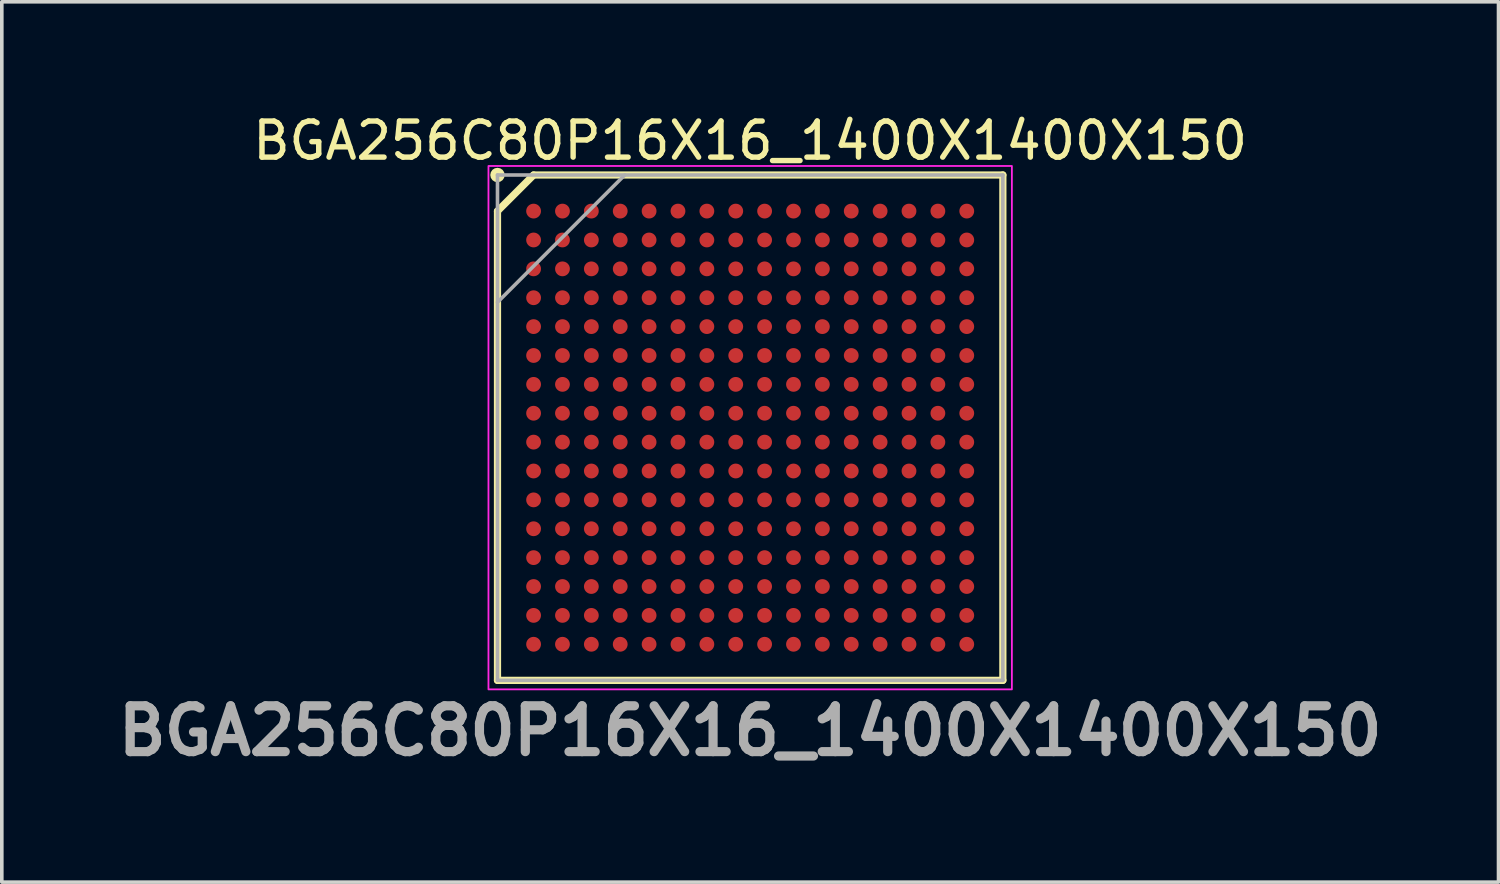
<source format=kicad_pcb>
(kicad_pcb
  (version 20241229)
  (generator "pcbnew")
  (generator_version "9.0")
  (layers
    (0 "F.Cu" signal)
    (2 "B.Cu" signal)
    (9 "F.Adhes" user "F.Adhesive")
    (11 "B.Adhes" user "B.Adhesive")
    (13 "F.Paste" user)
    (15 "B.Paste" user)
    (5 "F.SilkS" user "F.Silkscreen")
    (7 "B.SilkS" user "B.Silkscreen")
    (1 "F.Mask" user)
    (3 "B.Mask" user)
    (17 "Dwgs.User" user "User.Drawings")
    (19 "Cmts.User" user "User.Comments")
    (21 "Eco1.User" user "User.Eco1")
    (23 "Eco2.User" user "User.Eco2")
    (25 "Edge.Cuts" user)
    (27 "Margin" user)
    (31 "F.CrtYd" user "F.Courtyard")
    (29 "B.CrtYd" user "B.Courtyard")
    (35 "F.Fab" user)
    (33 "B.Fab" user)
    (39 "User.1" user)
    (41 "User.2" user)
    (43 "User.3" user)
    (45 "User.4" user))
  (footprint "BGA256C80P16X16_1400X1400X150"
    (layer "F.Cu")
    (at 17.732 8.798)
    (property "Reference" "BGA256C80P16X16_1400X1400X150" (at 0 -7.95 0) (layer "F.SilkS") (effects (font (size 1 1) (thickness 0.15))))
    (attr smd)
    (fp_line (start -7 -6) (end -6 -7) (stroke (width 0.2) (type solid)) (layer "F.SilkS"))
    (fp_line (start -7 7) (end -7 -6) (stroke (width 0.2) (type solid)) (layer "F.SilkS"))
    (fp_line (start -6 -7) (end 7 -7) (stroke (width 0.2) (type solid)) (layer "F.SilkS"))
    (fp_line (start 7 -7) (end 7 7) (stroke (width 0.2) (type solid)) (layer "F.SilkS"))
    (fp_line (start 7 7) (end -7 7) (stroke (width 0.2) (type solid)) (layer "F.SilkS"))
    (fp_circle (center -7 -7) (end -7 -6.9) (stroke (width 0.2) (type solid)) (fill no) (layer "F.SilkS"))
    (fp_rect (start -7.25 -7.25) (end 7.25 7.25) (stroke (width 0.05) (type solid)) (fill no) (layer "F.CrtYd"))
    (fp_line (start -7 -7) (end 7 -7) (stroke (width 0.1) (type solid)) (layer "F.Fab"))
    (fp_line (start -7 -3.475) (end -3.475 -7) (stroke (width 0.1) (type solid)) (layer "F.Fab"))
    (fp_line (start -7 7) (end -7 -7) (stroke (width 0.1) (type solid)) (layer "F.Fab"))
    (fp_line (start 7 -7) (end 7 7) (stroke (width 0.1) (type solid)) (layer "F.Fab"))
    (fp_line (start 7 7) (end -7 7) (stroke (width 0.1) (type solid)) (layer "F.Fab"))
    (fp_text user "${REFERENCE}" (at 0 8.4 0) (layer "F.Fab") (effects (font (size 1.27 1.27) (thickness 0.254))))
    (pad "A1" smd circle (at -6 -6 90) (size 0.41 0.41) (layers "F.Cu" "F.Mask" "F.Paste"))
    (pad "A2" smd circle (at -5.2 -6 90) (size 0.41 0.41) (layers "F.Cu" "F.Mask" "F.Paste"))
    (pad "A3" smd circle (at -4.4 -6 90) (size 0.41 0.41) (layers "F.Cu" "F.Mask" "F.Paste"))
    (pad "A4" smd circle (at -3.6 -6 90) (size 0.41 0.41) (layers "F.Cu" "F.Mask" "F.Paste"))
    (pad "A5" smd circle (at -2.8 -6 90) (size 0.41 0.41) (layers "F.Cu" "F.Mask" "F.Paste"))
    (pad "A6" smd circle (at -2 -6 90) (size 0.41 0.41) (layers "F.Cu" "F.Mask" "F.Paste"))
    (pad "A7" smd circle (at -1.2 -6 90) (size 0.41 0.41) (layers "F.Cu" "F.Mask" "F.Paste"))
    (pad "A8" smd circle (at -0.4 -6 90) (size 0.41 0.41) (layers "F.Cu" "F.Mask" "F.Paste"))
    (pad "A9" smd circle (at 0.4 -6 90) (size 0.41 0.41) (layers "F.Cu" "F.Mask" "F.Paste"))
    (pad "A10" smd circle (at 1.2 -6 90) (size 0.41 0.41) (layers "F.Cu" "F.Mask" "F.Paste"))
    (pad "A11" smd circle (at 2 -6 90) (size 0.41 0.41) (layers "F.Cu" "F.Mask" "F.Paste"))
    (pad "A12" smd circle (at 2.8 -6 90) (size 0.41 0.41) (layers "F.Cu" "F.Mask" "F.Paste"))
    (pad "A13" smd circle (at 3.6 -6 90) (size 0.41 0.41) (layers "F.Cu" "F.Mask" "F.Paste"))
    (pad "A14" smd circle (at 4.4 -6 90) (size 0.41 0.41) (layers "F.Cu" "F.Mask" "F.Paste"))
    (pad "A15" smd circle (at 5.2 -6 90) (size 0.41 0.41) (layers "F.Cu" "F.Mask" "F.Paste"))
    (pad "A16" smd circle (at 6 -6 90) (size 0.41 0.41) (layers "F.Cu" "F.Mask" "F.Paste"))
    (pad "B1" smd circle (at -6 -5.2 90) (size 0.41 0.41) (layers "F.Cu" "F.Mask" "F.Paste"))
    (pad "B2" smd circle (at -5.2 -5.2 90) (size 0.41 0.41) (layers "F.Cu" "F.Mask" "F.Paste"))
    (pad "B3" smd circle (at -4.4 -5.2 90) (size 0.41 0.41) (layers "F.Cu" "F.Mask" "F.Paste"))
    (pad "B4" smd circle (at -3.6 -5.2 90) (size 0.41 0.41) (layers "F.Cu" "F.Mask" "F.Paste"))
    (pad "B5" smd circle (at -2.8 -5.2 90) (size 0.41 0.41) (layers "F.Cu" "F.Mask" "F.Paste"))
    (pad "B6" smd circle (at -2 -5.2 90) (size 0.41 0.41) (layers "F.Cu" "F.Mask" "F.Paste"))
    (pad "B7" smd circle (at -1.2 -5.2 90) (size 0.41 0.41) (layers "F.Cu" "F.Mask" "F.Paste"))
    (pad "B8" smd circle (at -0.4 -5.2 90) (size 0.41 0.41) (layers "F.Cu" "F.Mask" "F.Paste"))
    (pad "B9" smd circle (at 0.4 -5.2 90) (size 0.41 0.41) (layers "F.Cu" "F.Mask" "F.Paste"))
    (pad "B10" smd circle (at 1.2 -5.2 90) (size 0.41 0.41) (layers "F.Cu" "F.Mask" "F.Paste"))
    (pad "B11" smd circle (at 2 -5.2 90) (size 0.41 0.41) (layers "F.Cu" "F.Mask" "F.Paste"))
    (pad "B12" smd circle (at 2.8 -5.2 90) (size 0.41 0.41) (layers "F.Cu" "F.Mask" "F.Paste"))
    (pad "B13" smd circle (at 3.6 -5.2 90) (size 0.41 0.41) (layers "F.Cu" "F.Mask" "F.Paste"))
    (pad "B14" smd circle (at 4.4 -5.2 90) (size 0.41 0.41) (layers "F.Cu" "F.Mask" "F.Paste"))
    (pad "B15" smd circle (at 5.2 -5.2 90) (size 0.41 0.41) (layers "F.Cu" "F.Mask" "F.Paste"))
    (pad "B16" smd circle (at 6 -5.2 90) (size 0.41 0.41) (layers "F.Cu" "F.Mask" "F.Paste"))
    (pad "C1" smd circle (at -6 -4.4 90) (size 0.41 0.41) (layers "F.Cu" "F.Mask" "F.Paste"))
    (pad "C2" smd circle (at -5.2 -4.4 90) (size 0.41 0.41) (layers "F.Cu" "F.Mask" "F.Paste"))
    (pad "C3" smd circle (at -4.4 -4.4 90) (size 0.41 0.41) (layers "F.Cu" "F.Mask" "F.Paste"))
    (pad "C4" smd circle (at -3.6 -4.4 90) (size 0.41 0.41) (layers "F.Cu" "F.Mask" "F.Paste"))
    (pad "C5" smd circle (at -2.8 -4.4 90) (size 0.41 0.41) (layers "F.Cu" "F.Mask" "F.Paste"))
    (pad "C6" smd circle (at -2 -4.4 90) (size 0.41 0.41) (layers "F.Cu" "F.Mask" "F.Paste"))
    (pad "C7" smd circle (at -1.2 -4.4 90) (size 0.41 0.41) (layers "F.Cu" "F.Mask" "F.Paste"))
    (pad "C8" smd circle (at -0.4 -4.4 90) (size 0.41 0.41) (layers "F.Cu" "F.Mask" "F.Paste"))
    (pad "C9" smd circle (at 0.4 -4.4 90) (size 0.41 0.41) (layers "F.Cu" "F.Mask" "F.Paste"))
    (pad "C10" smd circle (at 1.2 -4.4 90) (size 0.41 0.41) (layers "F.Cu" "F.Mask" "F.Paste"))
    (pad "C11" smd circle (at 2 -4.4 90) (size 0.41 0.41) (layers "F.Cu" "F.Mask" "F.Paste"))
    (pad "C12" smd circle (at 2.8 -4.4 90) (size 0.41 0.41) (layers "F.Cu" "F.Mask" "F.Paste"))
    (pad "C13" smd circle (at 3.6 -4.4 90) (size 0.41 0.41) (layers "F.Cu" "F.Mask" "F.Paste"))
    (pad "C14" smd circle (at 4.4 -4.4 90) (size 0.41 0.41) (layers "F.Cu" "F.Mask" "F.Paste"))
    (pad "C15" smd circle (at 5.2 -4.4 90) (size 0.41 0.41) (layers "F.Cu" "F.Mask" "F.Paste"))
    (pad "C16" smd circle (at 6 -4.4 90) (size 0.41 0.41) (layers "F.Cu" "F.Mask" "F.Paste"))
    (pad "D1" smd circle (at -6 -3.6 90) (size 0.41 0.41) (layers "F.Cu" "F.Mask" "F.Paste"))
    (pad "D2" smd circle (at -5.2 -3.6 90) (size 0.41 0.41) (layers "F.Cu" "F.Mask" "F.Paste"))
    (pad "D3" smd circle (at -4.4 -3.6 90) (size 0.41 0.41) (layers "F.Cu" "F.Mask" "F.Paste"))
    (pad "D4" smd circle (at -3.6 -3.6 90) (size 0.41 0.41) (layers "F.Cu" "F.Mask" "F.Paste"))
    (pad "D5" smd circle (at -2.8 -3.6 90) (size 0.41 0.41) (layers "F.Cu" "F.Mask" "F.Paste"))
    (pad "D6" smd circle (at -2 -3.6 90) (size 0.41 0.41) (layers "F.Cu" "F.Mask" "F.Paste"))
    (pad "D7" smd circle (at -1.2 -3.6 90) (size 0.41 0.41) (layers "F.Cu" "F.Mask" "F.Paste"))
    (pad "D8" smd circle (at -0.4 -3.6 90) (size 0.41 0.41) (layers "F.Cu" "F.Mask" "F.Paste"))
    (pad "D9" smd circle (at 0.4 -3.6 90) (size 0.41 0.41) (layers "F.Cu" "F.Mask" "F.Paste"))
    (pad "D10" smd circle (at 1.2 -3.6 90) (size 0.41 0.41) (layers "F.Cu" "F.Mask" "F.Paste"))
    (pad "D11" smd circle (at 2 -3.6 90) (size 0.41 0.41) (layers "F.Cu" "F.Mask" "F.Paste"))
    (pad "D12" smd circle (at 2.8 -3.6 90) (size 0.41 0.41) (layers "F.Cu" "F.Mask" "F.Paste"))
    (pad "D13" smd circle (at 3.6 -3.6 90) (size 0.41 0.41) (layers "F.Cu" "F.Mask" "F.Paste"))
    (pad "D14" smd circle (at 4.4 -3.6 90) (size 0.41 0.41) (layers "F.Cu" "F.Mask" "F.Paste"))
    (pad "D15" smd circle (at 5.2 -3.6 90) (size 0.41 0.41) (layers "F.Cu" "F.Mask" "F.Paste"))
    (pad "D16" smd circle (at 6 -3.6 90) (size 0.41 0.41) (layers "F.Cu" "F.Mask" "F.Paste"))
    (pad "E1" smd circle (at -6 -2.8 90) (size 0.41 0.41) (layers "F.Cu" "F.Mask" "F.Paste"))
    (pad "E2" smd circle (at -5.2 -2.8 90) (size 0.41 0.41) (layers "F.Cu" "F.Mask" "F.Paste"))
    (pad "E3" smd circle (at -4.4 -2.8 90) (size 0.41 0.41) (layers "F.Cu" "F.Mask" "F.Paste"))
    (pad "E4" smd circle (at -3.6 -2.8 90) (size 0.41 0.41) (layers "F.Cu" "F.Mask" "F.Paste"))
    (pad "E5" smd circle (at -2.8 -2.8 90) (size 0.41 0.41) (layers "F.Cu" "F.Mask" "F.Paste"))
    (pad "E6" smd circle (at -2 -2.8 90) (size 0.41 0.41) (layers "F.Cu" "F.Mask" "F.Paste"))
    (pad "E7" smd circle (at -1.2 -2.8 90) (size 0.41 0.41) (layers "F.Cu" "F.Mask" "F.Paste"))
    (pad "E8" smd circle (at -0.4 -2.8 90) (size 0.41 0.41) (layers "F.Cu" "F.Mask" "F.Paste"))
    (pad "E9" smd circle (at 0.4 -2.8 90) (size 0.41 0.41) (layers "F.Cu" "F.Mask" "F.Paste"))
    (pad "E10" smd circle (at 1.2 -2.8 90) (size 0.41 0.41) (layers "F.Cu" "F.Mask" "F.Paste"))
    (pad "E11" smd circle (at 2 -2.8 90) (size 0.41 0.41) (layers "F.Cu" "F.Mask" "F.Paste"))
    (pad "E12" smd circle (at 2.8 -2.8 90) (size 0.41 0.41) (layers "F.Cu" "F.Mask" "F.Paste"))
    (pad "E13" smd circle (at 3.6 -2.8 90) (size 0.41 0.41) (layers "F.Cu" "F.Mask" "F.Paste"))
    (pad "E14" smd circle (at 4.4 -2.8 90) (size 0.41 0.41) (layers "F.Cu" "F.Mask" "F.Paste"))
    (pad "E15" smd circle (at 5.2 -2.8 90) (size 0.41 0.41) (layers "F.Cu" "F.Mask" "F.Paste"))
    (pad "E16" smd circle (at 6 -2.8 90) (size 0.41 0.41) (layers "F.Cu" "F.Mask" "F.Paste"))
    (pad "F1" smd circle (at -6 -2 90) (size 0.41 0.41) (layers "F.Cu" "F.Mask" "F.Paste"))
    (pad "F2" smd circle (at -5.2 -2 90) (size 0.41 0.41) (layers "F.Cu" "F.Mask" "F.Paste"))
    (pad "F3" smd circle (at -4.4 -2 90) (size 0.41 0.41) (layers "F.Cu" "F.Mask" "F.Paste"))
    (pad "F4" smd circle (at -3.6 -2 90) (size 0.41 0.41) (layers "F.Cu" "F.Mask" "F.Paste"))
    (pad "F5" smd circle (at -2.8 -2 90) (size 0.41 0.41) (layers "F.Cu" "F.Mask" "F.Paste"))
    (pad "F6" smd circle (at -2 -2 90) (size 0.41 0.41) (layers "F.Cu" "F.Mask" "F.Paste"))
    (pad "F7" smd circle (at -1.2 -2 90) (size 0.41 0.41) (layers "F.Cu" "F.Mask" "F.Paste"))
    (pad "F8" smd circle (at -0.4 -2 90) (size 0.41 0.41) (layers "F.Cu" "F.Mask" "F.Paste"))
    (pad "F9" smd circle (at 0.4 -2 90) (size 0.41 0.41) (layers "F.Cu" "F.Mask" "F.Paste"))
    (pad "F10" smd circle (at 1.2 -2 90) (size 0.41 0.41) (layers "F.Cu" "F.Mask" "F.Paste"))
    (pad "F11" smd circle (at 2 -2 90) (size 0.41 0.41) (layers "F.Cu" "F.Mask" "F.Paste"))
    (pad "F12" smd circle (at 2.8 -2 90) (size 0.41 0.41) (layers "F.Cu" "F.Mask" "F.Paste"))
    (pad "F13" smd circle (at 3.6 -2 90) (size 0.41 0.41) (layers "F.Cu" "F.Mask" "F.Paste"))
    (pad "F14" smd circle (at 4.4 -2 90) (size 0.41 0.41) (layers "F.Cu" "F.Mask" "F.Paste"))
    (pad "F15" smd circle (at 5.2 -2 90) (size 0.41 0.41) (layers "F.Cu" "F.Mask" "F.Paste"))
    (pad "F16" smd circle (at 6 -2 90) (size 0.41 0.41) (layers "F.Cu" "F.Mask" "F.Paste"))
    (pad "G1" smd circle (at -6 -1.2 90) (size 0.41 0.41) (layers "F.Cu" "F.Mask" "F.Paste"))
    (pad "G2" smd circle (at -5.2 -1.2 90) (size 0.41 0.41) (layers "F.Cu" "F.Mask" "F.Paste"))
    (pad "G3" smd circle (at -4.4 -1.2 90) (size 0.41 0.41) (layers "F.Cu" "F.Mask" "F.Paste"))
    (pad "G4" smd circle (at -3.6 -1.2 90) (size 0.41 0.41) (layers "F.Cu" "F.Mask" "F.Paste"))
    (pad "G5" smd circle (at -2.8 -1.2 90) (size 0.41 0.41) (layers "F.Cu" "F.Mask" "F.Paste"))
    (pad "G6" smd circle (at -2 -1.2 90) (size 0.41 0.41) (layers "F.Cu" "F.Mask" "F.Paste"))
    (pad "G7" smd circle (at -1.2 -1.2 90) (size 0.41 0.41) (layers "F.Cu" "F.Mask" "F.Paste"))
    (pad "G8" smd circle (at -0.4 -1.2 90) (size 0.41 0.41) (layers "F.Cu" "F.Mask" "F.Paste"))
    (pad "G9" smd circle (at 0.4 -1.2 90) (size 0.41 0.41) (layers "F.Cu" "F.Mask" "F.Paste"))
    (pad "G10" smd circle (at 1.2 -1.2 90) (size 0.41 0.41) (layers "F.Cu" "F.Mask" "F.Paste"))
    (pad "G11" smd circle (at 2 -1.2 90) (size 0.41 0.41) (layers "F.Cu" "F.Mask" "F.Paste"))
    (pad "G12" smd circle (at 2.8 -1.2 90) (size 0.41 0.41) (layers "F.Cu" "F.Mask" "F.Paste"))
    (pad "G13" smd circle (at 3.6 -1.2 90) (size 0.41 0.41) (layers "F.Cu" "F.Mask" "F.Paste"))
    (pad "G14" smd circle (at 4.4 -1.2 90) (size 0.41 0.41) (layers "F.Cu" "F.Mask" "F.Paste"))
    (pad "G15" smd circle (at 5.2 -1.2 90) (size 0.41 0.41) (layers "F.Cu" "F.Mask" "F.Paste"))
    (pad "G16" smd circle (at 6 -1.2 90) (size 0.41 0.41) (layers "F.Cu" "F.Mask" "F.Paste"))
    (pad "H1" smd circle (at -6 -0.4 90) (size 0.41 0.41) (layers "F.Cu" "F.Mask" "F.Paste"))
    (pad "H2" smd circle (at -5.2 -0.4 90) (size 0.41 0.41) (layers "F.Cu" "F.Mask" "F.Paste"))
    (pad "H3" smd circle (at -4.4 -0.4 90) (size 0.41 0.41) (layers "F.Cu" "F.Mask" "F.Paste"))
    (pad "H4" smd circle (at -3.6 -0.4 90) (size 0.41 0.41) (layers "F.Cu" "F.Mask" "F.Paste"))
    (pad "H5" smd circle (at -2.8 -0.4 90) (size 0.41 0.41) (layers "F.Cu" "F.Mask" "F.Paste"))
    (pad "H6" smd circle (at -2 -0.4 90) (size 0.41 0.41) (layers "F.Cu" "F.Mask" "F.Paste"))
    (pad "H7" smd circle (at -1.2 -0.4 90) (size 0.41 0.41) (layers "F.Cu" "F.Mask" "F.Paste"))
    (pad "H8" smd circle (at -0.4 -0.4 90) (size 0.41 0.41) (layers "F.Cu" "F.Mask" "F.Paste"))
    (pad "H9" smd circle (at 0.4 -0.4 90) (size 0.41 0.41) (layers "F.Cu" "F.Mask" "F.Paste"))
    (pad "H10" smd circle (at 1.2 -0.4 90) (size 0.41 0.41) (layers "F.Cu" "F.Mask" "F.Paste"))
    (pad "H11" smd circle (at 2 -0.4 90) (size 0.41 0.41) (layers "F.Cu" "F.Mask" "F.Paste"))
    (pad "H12" smd circle (at 2.8 -0.4 90) (size 0.41 0.41) (layers "F.Cu" "F.Mask" "F.Paste"))
    (pad "H13" smd circle (at 3.6 -0.4 90) (size 0.41 0.41) (layers "F.Cu" "F.Mask" "F.Paste"))
    (pad "H14" smd circle (at 4.4 -0.4 90) (size 0.41 0.41) (layers "F.Cu" "F.Mask" "F.Paste"))
    (pad "H15" smd circle (at 5.2 -0.4 90) (size 0.41 0.41) (layers "F.Cu" "F.Mask" "F.Paste"))
    (pad "H16" smd circle (at 6 -0.4 90) (size 0.41 0.41) (layers "F.Cu" "F.Mask" "F.Paste"))
    (pad "J1" smd circle (at -6 0.4 90) (size 0.41 0.41) (layers "F.Cu" "F.Mask" "F.Paste"))
    (pad "J2" smd circle (at -5.2 0.4 90) (size 0.41 0.41) (layers "F.Cu" "F.Mask" "F.Paste"))
    (pad "J3" smd circle (at -4.4 0.4 90) (size 0.41 0.41) (layers "F.Cu" "F.Mask" "F.Paste"))
    (pad "J4" smd circle (at -3.6 0.4 90) (size 0.41 0.41) (layers "F.Cu" "F.Mask" "F.Paste"))
    (pad "J5" smd circle (at -2.8 0.4 90) (size 0.41 0.41) (layers "F.Cu" "F.Mask" "F.Paste"))
    (pad "J6" smd circle (at -2 0.4 90) (size 0.41 0.41) (layers "F.Cu" "F.Mask" "F.Paste"))
    (pad "J7" smd circle (at -1.2 0.4 90) (size 0.41 0.41) (layers "F.Cu" "F.Mask" "F.Paste"))
    (pad "J8" smd circle (at -0.4 0.4 90) (size 0.41 0.41) (layers "F.Cu" "F.Mask" "F.Paste"))
    (pad "J9" smd circle (at 0.4 0.4 90) (size 0.41 0.41) (layers "F.Cu" "F.Mask" "F.Paste"))
    (pad "J10" smd circle (at 1.2 0.4 90) (size 0.41 0.41) (layers "F.Cu" "F.Mask" "F.Paste"))
    (pad "J11" smd circle (at 2 0.4 90) (size 0.41 0.41) (layers "F.Cu" "F.Mask" "F.Paste"))
    (pad "J12" smd circle (at 2.8 0.4 90) (size 0.41 0.41) (layers "F.Cu" "F.Mask" "F.Paste"))
    (pad "J13" smd circle (at 3.6 0.4 90) (size 0.41 0.41) (layers "F.Cu" "F.Mask" "F.Paste"))
    (pad "J14" smd circle (at 4.4 0.4 90) (size 0.41 0.41) (layers "F.Cu" "F.Mask" "F.Paste"))
    (pad "J15" smd circle (at 5.2 0.4 90) (size 0.41 0.41) (layers "F.Cu" "F.Mask" "F.Paste"))
    (pad "J16" smd circle (at 6 0.4 90) (size 0.41 0.41) (layers "F.Cu" "F.Mask" "F.Paste"))
    (pad "K1" smd circle (at -6 1.2 90) (size 0.41 0.41) (layers "F.Cu" "F.Mask" "F.Paste"))
    (pad "K2" smd circle (at -5.2 1.2 90) (size 0.41 0.41) (layers "F.Cu" "F.Mask" "F.Paste"))
    (pad "K3" smd circle (at -4.4 1.2 90) (size 0.41 0.41) (layers "F.Cu" "F.Mask" "F.Paste"))
    (pad "K4" smd circle (at -3.6 1.2 90) (size 0.41 0.41) (layers "F.Cu" "F.Mask" "F.Paste"))
    (pad "K5" smd circle (at -2.8 1.2 90) (size 0.41 0.41) (layers "F.Cu" "F.Mask" "F.Paste"))
    (pad "K6" smd circle (at -2 1.2 90) (size 0.41 0.41) (layers "F.Cu" "F.Mask" "F.Paste"))
    (pad "K7" smd circle (at -1.2 1.2 90) (size 0.41 0.41) (layers "F.Cu" "F.Mask" "F.Paste"))
    (pad "K8" smd circle (at -0.4 1.2 90) (size 0.41 0.41) (layers "F.Cu" "F.Mask" "F.Paste"))
    (pad "K9" smd circle (at 0.4 1.2 90) (size 0.41 0.41) (layers "F.Cu" "F.Mask" "F.Paste"))
    (pad "K10" smd circle (at 1.2 1.2 90) (size 0.41 0.41) (layers "F.Cu" "F.Mask" "F.Paste"))
    (pad "K11" smd circle (at 2 1.2 90) (size 0.41 0.41) (layers "F.Cu" "F.Mask" "F.Paste"))
    (pad "K12" smd circle (at 2.8 1.2 90) (size 0.41 0.41) (layers "F.Cu" "F.Mask" "F.Paste"))
    (pad "K13" smd circle (at 3.6 1.2 90) (size 0.41 0.41) (layers "F.Cu" "F.Mask" "F.Paste"))
    (pad "K14" smd circle (at 4.4 1.2 90) (size 0.41 0.41) (layers "F.Cu" "F.Mask" "F.Paste"))
    (pad "K15" smd circle (at 5.2 1.2 90) (size 0.41 0.41) (layers "F.Cu" "F.Mask" "F.Paste"))
    (pad "K16" smd circle (at 6 1.2 90) (size 0.41 0.41) (layers "F.Cu" "F.Mask" "F.Paste"))
    (pad "L1" smd circle (at -6 2 90) (size 0.41 0.41) (layers "F.Cu" "F.Mask" "F.Paste"))
    (pad "L2" smd circle (at -5.2 2 90) (size 0.41 0.41) (layers "F.Cu" "F.Mask" "F.Paste"))
    (pad "L3" smd circle (at -4.4 2 90) (size 0.41 0.41) (layers "F.Cu" "F.Mask" "F.Paste"))
    (pad "L4" smd circle (at -3.6 2 90) (size 0.41 0.41) (layers "F.Cu" "F.Mask" "F.Paste"))
    (pad "L5" smd circle (at -2.8 2 90) (size 0.41 0.41) (layers "F.Cu" "F.Mask" "F.Paste"))
    (pad "L6" smd circle (at -2 2 90) (size 0.41 0.41) (layers "F.Cu" "F.Mask" "F.Paste"))
    (pad "L7" smd circle (at -1.2 2 90) (size 0.41 0.41) (layers "F.Cu" "F.Mask" "F.Paste"))
    (pad "L8" smd circle (at -0.4 2 90) (size 0.41 0.41) (layers "F.Cu" "F.Mask" "F.Paste"))
    (pad "L9" smd circle (at 0.4 2 90) (size 0.41 0.41) (layers "F.Cu" "F.Mask" "F.Paste"))
    (pad "L10" smd circle (at 1.2 2 90) (size 0.41 0.41) (layers "F.Cu" "F.Mask" "F.Paste"))
    (pad "L11" smd circle (at 2 2 90) (size 0.41 0.41) (layers "F.Cu" "F.Mask" "F.Paste"))
    (pad "L12" smd circle (at 2.8 2 90) (size 0.41 0.41) (layers "F.Cu" "F.Mask" "F.Paste"))
    (pad "L13" smd circle (at 3.6 2 90) (size 0.41 0.41) (layers "F.Cu" "F.Mask" "F.Paste"))
    (pad "L14" smd circle (at 4.4 2 90) (size 0.41 0.41) (layers "F.Cu" "F.Mask" "F.Paste"))
    (pad "L15" smd circle (at 5.2 2 90) (size 0.41 0.41) (layers "F.Cu" "F.Mask" "F.Paste"))
    (pad "L16" smd circle (at 6 2 90) (size 0.41 0.41) (layers "F.Cu" "F.Mask" "F.Paste"))
    (pad "M1" smd circle (at -6 2.8 90) (size 0.41 0.41) (layers "F.Cu" "F.Mask" "F.Paste"))
    (pad "M2" smd circle (at -5.2 2.8 90) (size 0.41 0.41) (layers "F.Cu" "F.Mask" "F.Paste"))
    (pad "M3" smd circle (at -4.4 2.8 90) (size 0.41 0.41) (layers "F.Cu" "F.Mask" "F.Paste"))
    (pad "M4" smd circle (at -3.6 2.8 90) (size 0.41 0.41) (layers "F.Cu" "F.Mask" "F.Paste"))
    (pad "M5" smd circle (at -2.8 2.8 90) (size 0.41 0.41) (layers "F.Cu" "F.Mask" "F.Paste"))
    (pad "M6" smd circle (at -2 2.8 90) (size 0.41 0.41) (layers "F.Cu" "F.Mask" "F.Paste"))
    (pad "M7" smd circle (at -1.2 2.8 90) (size 0.41 0.41) (layers "F.Cu" "F.Mask" "F.Paste"))
    (pad "M8" smd circle (at -0.4 2.8 90) (size 0.41 0.41) (layers "F.Cu" "F.Mask" "F.Paste"))
    (pad "M9" smd circle (at 0.4 2.8 90) (size 0.41 0.41) (layers "F.Cu" "F.Mask" "F.Paste"))
    (pad "M10" smd circle (at 1.2 2.8 90) (size 0.41 0.41) (layers "F.Cu" "F.Mask" "F.Paste"))
    (pad "M11" smd circle (at 2 2.8 90) (size 0.41 0.41) (layers "F.Cu" "F.Mask" "F.Paste"))
    (pad "M12" smd circle (at 2.8 2.8 90) (size 0.41 0.41) (layers "F.Cu" "F.Mask" "F.Paste"))
    (pad "M13" smd circle (at 3.6 2.8 90) (size 0.41 0.41) (layers "F.Cu" "F.Mask" "F.Paste"))
    (pad "M14" smd circle (at 4.4 2.8 90) (size 0.41 0.41) (layers "F.Cu" "F.Mask" "F.Paste"))
    (pad "M15" smd circle (at 5.2 2.8 90) (size 0.41 0.41) (layers "F.Cu" "F.Mask" "F.Paste"))
    (pad "M16" smd circle (at 6 2.8 90) (size 0.41 0.41) (layers "F.Cu" "F.Mask" "F.Paste"))
    (pad "N1" smd circle (at -6 3.6 90) (size 0.41 0.41) (layers "F.Cu" "F.Mask" "F.Paste"))
    (pad "N2" smd circle (at -5.2 3.6 90) (size 0.41 0.41) (layers "F.Cu" "F.Mask" "F.Paste"))
    (pad "N3" smd circle (at -4.4 3.6 90) (size 0.41 0.41) (layers "F.Cu" "F.Mask" "F.Paste"))
    (pad "N4" smd circle (at -3.6 3.6 90) (size 0.41 0.41) (layers "F.Cu" "F.Mask" "F.Paste"))
    (pad "N5" smd circle (at -2.8 3.6 90) (size 0.41 0.41) (layers "F.Cu" "F.Mask" "F.Paste"))
    (pad "N6" smd circle (at -2 3.6 90) (size 0.41 0.41) (layers "F.Cu" "F.Mask" "F.Paste"))
    (pad "N7" smd circle (at -1.2 3.6 90) (size 0.41 0.41) (layers "F.Cu" "F.Mask" "F.Paste"))
    (pad "N8" smd circle (at -0.4 3.6 90) (size 0.41 0.41) (layers "F.Cu" "F.Mask" "F.Paste"))
    (pad "N9" smd circle (at 0.4 3.6 90) (size 0.41 0.41) (layers "F.Cu" "F.Mask" "F.Paste"))
    (pad "N10" smd circle (at 1.2 3.6 90) (size 0.41 0.41) (layers "F.Cu" "F.Mask" "F.Paste"))
    (pad "N11" smd circle (at 2 3.6 90) (size 0.41 0.41) (layers "F.Cu" "F.Mask" "F.Paste"))
    (pad "N12" smd circle (at 2.8 3.6 90) (size 0.41 0.41) (layers "F.Cu" "F.Mask" "F.Paste"))
    (pad "N13" smd circle (at 3.6 3.6 90) (size 0.41 0.41) (layers "F.Cu" "F.Mask" "F.Paste"))
    (pad "N14" smd circle (at 4.4 3.6 90) (size 0.41 0.41) (layers "F.Cu" "F.Mask" "F.Paste"))
    (pad "N15" smd circle (at 5.2 3.6 90) (size 0.41 0.41) (layers "F.Cu" "F.Mask" "F.Paste"))
    (pad "N16" smd circle (at 6 3.6 90) (size 0.41 0.41) (layers "F.Cu" "F.Mask" "F.Paste"))
    (pad "P1" smd circle (at -6 4.4 90) (size 0.41 0.41) (layers "F.Cu" "F.Mask" "F.Paste"))
    (pad "P2" smd circle (at -5.2 4.4 90) (size 0.41 0.41) (layers "F.Cu" "F.Mask" "F.Paste"))
    (pad "P3" smd circle (at -4.4 4.4 90) (size 0.41 0.41) (layers "F.Cu" "F.Mask" "F.Paste"))
    (pad "P4" smd circle (at -3.6 4.4 90) (size 0.41 0.41) (layers "F.Cu" "F.Mask" "F.Paste"))
    (pad "P5" smd circle (at -2.8 4.4 90) (size 0.41 0.41) (layers "F.Cu" "F.Mask" "F.Paste"))
    (pad "P6" smd circle (at -2 4.4 90) (size 0.41 0.41) (layers "F.Cu" "F.Mask" "F.Paste"))
    (pad "P7" smd circle (at -1.2 4.4 90) (size 0.41 0.41) (layers "F.Cu" "F.Mask" "F.Paste"))
    (pad "P8" smd circle (at -0.4 4.4 90) (size 0.41 0.41) (layers "F.Cu" "F.Mask" "F.Paste"))
    (pad "P9" smd circle (at 0.4 4.4 90) (size 0.41 0.41) (layers "F.Cu" "F.Mask" "F.Paste"))
    (pad "P10" smd circle (at 1.2 4.4 90) (size 0.41 0.41) (layers "F.Cu" "F.Mask" "F.Paste"))
    (pad "P11" smd circle (at 2 4.4 90) (size 0.41 0.41) (layers "F.Cu" "F.Mask" "F.Paste"))
    (pad "P12" smd circle (at 2.8 4.4 90) (size 0.41 0.41) (layers "F.Cu" "F.Mask" "F.Paste"))
    (pad "P13" smd circle (at 3.6 4.4 90) (size 0.41 0.41) (layers "F.Cu" "F.Mask" "F.Paste"))
    (pad "P14" smd circle (at 4.4 4.4 90) (size 0.41 0.41) (layers "F.Cu" "F.Mask" "F.Paste"))
    (pad "P15" smd circle (at 5.2 4.4 90) (size 0.41 0.41) (layers "F.Cu" "F.Mask" "F.Paste"))
    (pad "P16" smd circle (at 6 4.4 90) (size 0.41 0.41) (layers "F.Cu" "F.Mask" "F.Paste"))
    (pad "R1" smd circle (at -6 5.2 90) (size 0.41 0.41) (layers "F.Cu" "F.Mask" "F.Paste"))
    (pad "R2" smd circle (at -5.2 5.2 90) (size 0.41 0.41) (layers "F.Cu" "F.Mask" "F.Paste"))
    (pad "R3" smd circle (at -4.4 5.2 90) (size 0.41 0.41) (layers "F.Cu" "F.Mask" "F.Paste"))
    (pad "R4" smd circle (at -3.6 5.2 90) (size 0.41 0.41) (layers "F.Cu" "F.Mask" "F.Paste"))
    (pad "R5" smd circle (at -2.8 5.2 90) (size 0.41 0.41) (layers "F.Cu" "F.Mask" "F.Paste"))
    (pad "R6" smd circle (at -2 5.2 90) (size 0.41 0.41) (layers "F.Cu" "F.Mask" "F.Paste"))
    (pad "R7" smd circle (at -1.2 5.2 90) (size 0.41 0.41) (layers "F.Cu" "F.Mask" "F.Paste"))
    (pad "R8" smd circle (at -0.4 5.2 90) (size 0.41 0.41) (layers "F.Cu" "F.Mask" "F.Paste"))
    (pad "R9" smd circle (at 0.4 5.2 90) (size 0.41 0.41) (layers "F.Cu" "F.Mask" "F.Paste"))
    (pad "R10" smd circle (at 1.2 5.2 90) (size 0.41 0.41) (layers "F.Cu" "F.Mask" "F.Paste"))
    (pad "R11" smd circle (at 2 5.2 90) (size 0.41 0.41) (layers "F.Cu" "F.Mask" "F.Paste"))
    (pad "R12" smd circle (at 2.8 5.2 90) (size 0.41 0.41) (layers "F.Cu" "F.Mask" "F.Paste"))
    (pad "R13" smd circle (at 3.6 5.2 90) (size 0.41 0.41) (layers "F.Cu" "F.Mask" "F.Paste"))
    (pad "R14" smd circle (at 4.4 5.2 90) (size 0.41 0.41) (layers "F.Cu" "F.Mask" "F.Paste"))
    (pad "R15" smd circle (at 5.2 5.2 90) (size 0.41 0.41) (layers "F.Cu" "F.Mask" "F.Paste"))
    (pad "R16" smd circle (at 6 5.2 90) (size 0.41 0.41) (layers "F.Cu" "F.Mask" "F.Paste"))
    (pad "T1" smd circle (at -6 6 90) (size 0.41 0.41) (layers "F.Cu" "F.Mask" "F.Paste"))
    (pad "T2" smd circle (at -5.2 6 90) (size 0.41 0.41) (layers "F.Cu" "F.Mask" "F.Paste"))
    (pad "T3" smd circle (at -4.4 6 90) (size 0.41 0.41) (layers "F.Cu" "F.Mask" "F.Paste"))
    (pad "T4" smd circle (at -3.6 6 90) (size 0.41 0.41) (layers "F.Cu" "F.Mask" "F.Paste"))
    (pad "T5" smd circle (at -2.8 6 90) (size 0.41 0.41) (layers "F.Cu" "F.Mask" "F.Paste"))
    (pad "T6" smd circle (at -2 6 90) (size 0.41 0.41) (layers "F.Cu" "F.Mask" "F.Paste"))
    (pad "T7" smd circle (at -1.2 6 90) (size 0.41 0.41) (layers "F.Cu" "F.Mask" "F.Paste"))
    (pad "T8" smd circle (at -0.4 6 90) (size 0.41 0.41) (layers "F.Cu" "F.Mask" "F.Paste"))
    (pad "T9" smd circle (at 0.4 6 90) (size 0.41 0.41) (layers "F.Cu" "F.Mask" "F.Paste"))
    (pad "T10" smd circle (at 1.2 6 90) (size 0.41 0.41) (layers "F.Cu" "F.Mask" "F.Paste"))
    (pad "T11" smd circle (at 2 6 90) (size 0.41 0.41) (layers "F.Cu" "F.Mask" "F.Paste"))
    (pad "T12" smd circle (at 2.8 6 90) (size 0.41 0.41) (layers "F.Cu" "F.Mask" "F.Paste"))
    (pad "T13" smd circle (at 3.6 6 90) (size 0.41 0.41) (layers "F.Cu" "F.Mask" "F.Paste"))
    (pad "T14" smd circle (at 4.4 6 90) (size 0.41 0.41) (layers "F.Cu" "F.Mask" "F.Paste"))
    (pad "T15" smd circle (at 5.2 6 90) (size 0.41 0.41) (layers "F.Cu" "F.Mask" "F.Paste"))
    (pad "T16" smd circle (at 6 6 90) (size 0.41 0.41) (layers "F.Cu" "F.Mask" "F.Paste")))
  (gr_rect
    (start -3 -3)
    (end 38.463 21.387)
    (stroke (width 0.1) (type default))
    (fill no)
    (layer "Edge.Cuts")))
</source>
